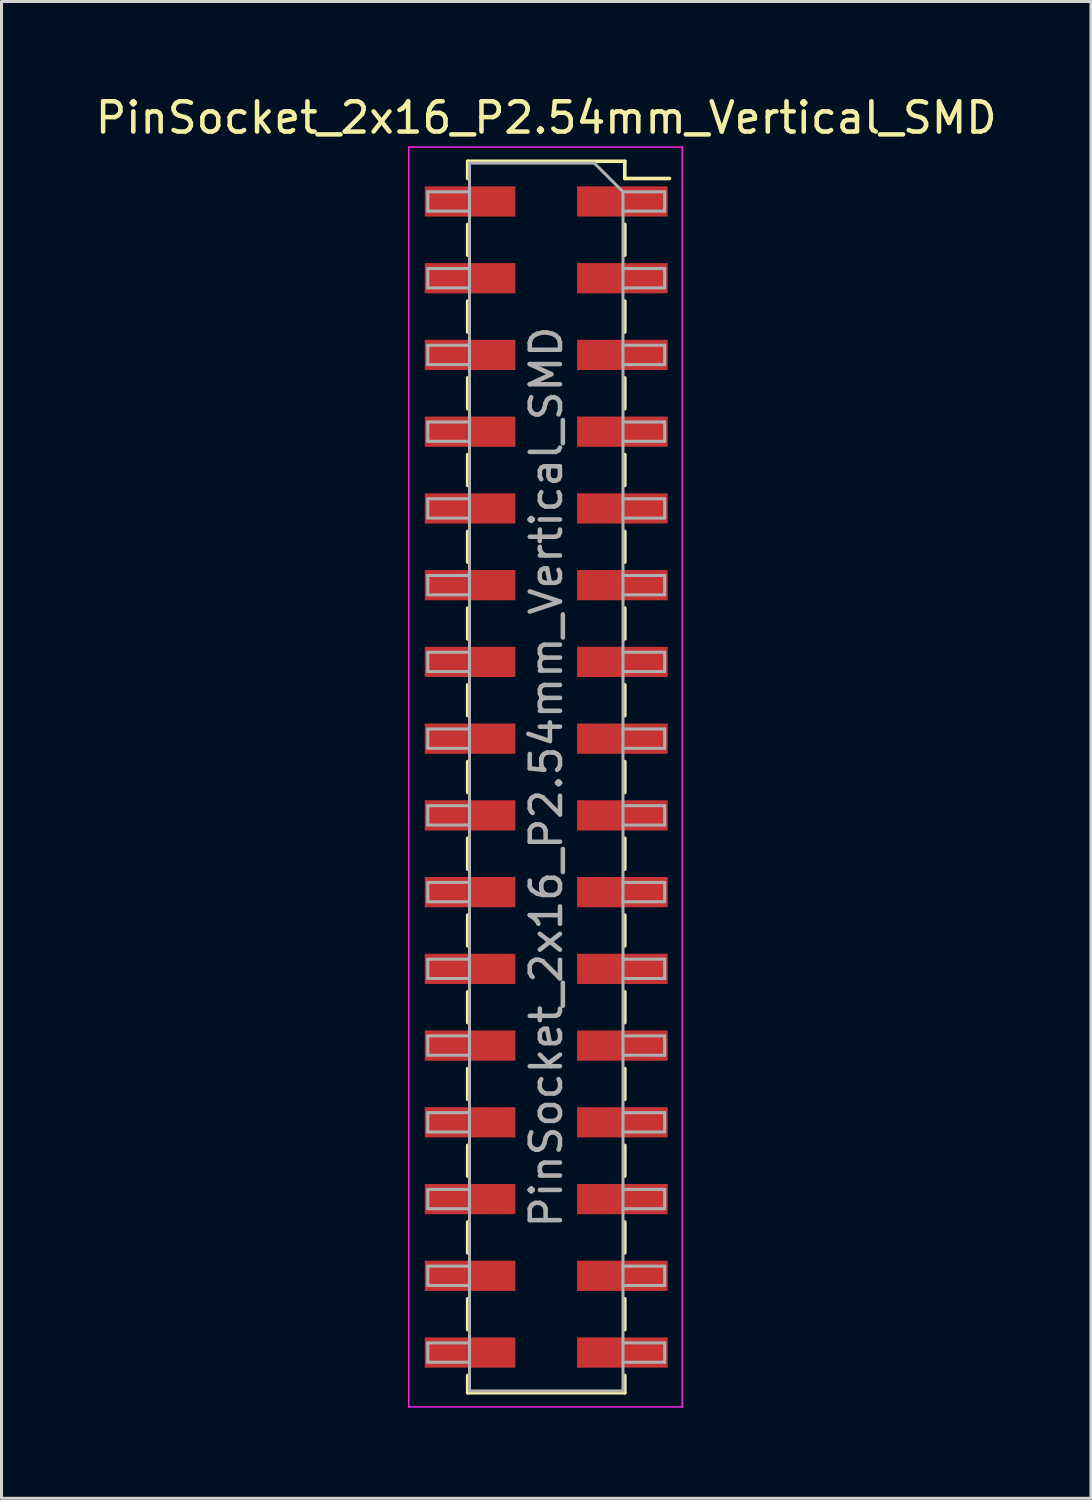
<source format=kicad_pcb>
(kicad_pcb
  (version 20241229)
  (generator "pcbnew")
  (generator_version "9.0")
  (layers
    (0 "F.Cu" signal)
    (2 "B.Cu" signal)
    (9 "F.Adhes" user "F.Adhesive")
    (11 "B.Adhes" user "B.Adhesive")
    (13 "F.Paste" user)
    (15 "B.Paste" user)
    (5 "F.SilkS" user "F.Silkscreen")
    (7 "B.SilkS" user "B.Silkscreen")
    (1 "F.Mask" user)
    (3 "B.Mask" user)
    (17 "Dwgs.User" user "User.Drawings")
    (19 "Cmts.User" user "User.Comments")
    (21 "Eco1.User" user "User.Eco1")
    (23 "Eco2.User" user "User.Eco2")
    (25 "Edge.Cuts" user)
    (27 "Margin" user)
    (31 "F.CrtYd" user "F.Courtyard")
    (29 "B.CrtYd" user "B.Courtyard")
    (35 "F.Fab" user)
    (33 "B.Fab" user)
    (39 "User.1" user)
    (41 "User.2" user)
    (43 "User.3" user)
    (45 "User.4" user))
  (footprint "PinSocket_2x16_P2.54mm_Vertical_SMD"
    (layer "F.Cu")
    (at 15.03 22.668)
    (property "Reference" "PinSocket_2x16_P2.54mm_Vertical_SMD" (at 0 -21.82 0) (layer "F.SilkS") (effects (font (size 1 1) (thickness 0.15))))
    (attr smd)
    (fp_line (start -2.6 -20.38) (end 2.6 -20.38) (stroke (width 0.12) (type solid)) (layer "F.SilkS"))
    (fp_line (start -2.6 -19.81) (end -2.6 -20.38) (stroke (width 0.12) (type solid)) (layer "F.SilkS"))
    (fp_line (start -2.6 -18.29) (end -2.6 -17.27) (stroke (width 0.12) (type solid)) (layer "F.SilkS"))
    (fp_line (start -2.6 -15.75) (end -2.6 -14.73) (stroke (width 0.12) (type solid)) (layer "F.SilkS"))
    (fp_line (start -2.6 -13.21) (end -2.6 -12.19) (stroke (width 0.12) (type solid)) (layer "F.SilkS"))
    (fp_line (start -2.6 -10.67) (end -2.6 -9.65) (stroke (width 0.12) (type solid)) (layer "F.SilkS"))
    (fp_line (start -2.6 -8.13) (end -2.6 -7.11) (stroke (width 0.12) (type solid)) (layer "F.SilkS"))
    (fp_line (start -2.6 -5.59) (end -2.6 -4.57) (stroke (width 0.12) (type solid)) (layer "F.SilkS"))
    (fp_line (start -2.6 -3.05) (end -2.6 -2.03) (stroke (width 0.12) (type solid)) (layer "F.SilkS"))
    (fp_line (start -2.6 -0.51) (end -2.6 0.51) (stroke (width 0.12) (type solid)) (layer "F.SilkS"))
    (fp_line (start -2.6 2.03) (end -2.6 3.05) (stroke (width 0.12) (type solid)) (layer "F.SilkS"))
    (fp_line (start -2.6 4.57) (end -2.6 5.59) (stroke (width 0.12) (type solid)) (layer "F.SilkS"))
    (fp_line (start -2.6 7.11) (end -2.6 8.13) (stroke (width 0.12) (type solid)) (layer "F.SilkS"))
    (fp_line (start -2.6 9.65) (end -2.6 10.67) (stroke (width 0.12) (type solid)) (layer "F.SilkS"))
    (fp_line (start -2.6 12.19) (end -2.6 13.21) (stroke (width 0.12) (type solid)) (layer "F.SilkS"))
    (fp_line (start -2.6 14.73) (end -2.6 15.75) (stroke (width 0.12) (type solid)) (layer "F.SilkS"))
    (fp_line (start -2.6 17.27) (end -2.6 18.29) (stroke (width 0.12) (type solid)) (layer "F.SilkS"))
    (fp_line (start -2.6 20.38) (end -2.6 19.81) (stroke (width 0.12) (type solid)) (layer "F.SilkS"))
    (fp_line (start 2.6 -20.38) (end 2.6 -19.81) (stroke (width 0.12) (type solid)) (layer "F.SilkS"))
    (fp_line (start 2.6 -19.81) (end 4.08 -19.81) (stroke (width 0.12) (type solid)) (layer "F.SilkS"))
    (fp_line (start 2.6 -17.27) (end 2.6 -18.29) (stroke (width 0.12) (type solid)) (layer "F.SilkS"))
    (fp_line (start 2.6 -14.73) (end 2.6 -15.75) (stroke (width 0.12) (type solid)) (layer "F.SilkS"))
    (fp_line (start 2.6 -12.19) (end 2.6 -13.21) (stroke (width 0.12) (type solid)) (layer "F.SilkS"))
    (fp_line (start 2.6 -9.65) (end 2.6 -10.67) (stroke (width 0.12) (type solid)) (layer "F.SilkS"))
    (fp_line (start 2.6 -7.11) (end 2.6 -8.13) (stroke (width 0.12) (type solid)) (layer "F.SilkS"))
    (fp_line (start 2.6 -4.57) (end 2.6 -5.59) (stroke (width 0.12) (type solid)) (layer "F.SilkS"))
    (fp_line (start 2.6 -2.03) (end 2.6 -3.05) (stroke (width 0.12) (type solid)) (layer "F.SilkS"))
    (fp_line (start 2.6 0.51) (end 2.6 -0.51) (stroke (width 0.12) (type solid)) (layer "F.SilkS"))
    (fp_line (start 2.6 3.05) (end 2.6 2.03) (stroke (width 0.12) (type solid)) (layer "F.SilkS"))
    (fp_line (start 2.6 5.59) (end 2.6 4.57) (stroke (width 0.12) (type solid)) (layer "F.SilkS"))
    (fp_line (start 2.6 8.13) (end 2.6 7.11) (stroke (width 0.12) (type solid)) (layer "F.SilkS"))
    (fp_line (start 2.6 10.67) (end 2.6 9.65) (stroke (width 0.12) (type solid)) (layer "F.SilkS"))
    (fp_line (start 2.6 13.21) (end 2.6 12.19) (stroke (width 0.12) (type solid)) (layer "F.SilkS"))
    (fp_line (start 2.6 15.75) (end 2.6 14.73) (stroke (width 0.12) (type solid)) (layer "F.SilkS"))
    (fp_line (start 2.6 18.29) (end 2.6 17.27) (stroke (width 0.12) (type solid)) (layer "F.SilkS"))
    (fp_line (start 2.6 19.81) (end 2.6 20.38) (stroke (width 0.12) (type solid)) (layer "F.SilkS"))
    (fp_line (start 2.6 20.38) (end -2.6 20.38) (stroke (width 0.12) (type solid)) (layer "F.SilkS"))
    (fp_line (start -4.55 -20.85) (end 4.5 -20.85) (stroke (width 0.05) (type solid)) (layer "F.CrtYd"))
    (fp_line (start -4.55 20.85) (end -4.55 -20.85) (stroke (width 0.05) (type solid)) (layer "F.CrtYd"))
    (fp_line (start 4.5 -20.85) (end 4.5 20.85) (stroke (width 0.05) (type solid)) (layer "F.CrtYd"))
    (fp_line (start 4.5 20.85) (end -4.55 20.85) (stroke (width 0.05) (type solid)) (layer "F.CrtYd"))
    (fp_line (start -3.92 -19.37) (end -2.54 -19.37) (stroke (width 0.1) (type solid)) (layer "F.Fab"))
    (fp_line (start -3.92 -18.73) (end -3.92 -19.37) (stroke (width 0.1) (type solid)) (layer "F.Fab"))
    (fp_line (start -3.92 -16.83) (end -2.54 -16.83) (stroke (width 0.1) (type solid)) (layer "F.Fab"))
    (fp_line (start -3.92 -16.19) (end -3.92 -16.83) (stroke (width 0.1) (type solid)) (layer "F.Fab"))
    (fp_line (start -3.92 -14.29) (end -2.54 -14.29) (stroke (width 0.1) (type solid)) (layer "F.Fab"))
    (fp_line (start -3.92 -13.65) (end -3.92 -14.29) (stroke (width 0.1) (type solid)) (layer "F.Fab"))
    (fp_line (start -3.92 -11.75) (end -2.54 -11.75) (stroke (width 0.1) (type solid)) (layer "F.Fab"))
    (fp_line (start -3.92 -11.11) (end -3.92 -11.75) (stroke (width 0.1) (type solid)) (layer "F.Fab"))
    (fp_line (start -3.92 -9.21) (end -2.54 -9.21) (stroke (width 0.1) (type solid)) (layer "F.Fab"))
    (fp_line (start -3.92 -8.57) (end -3.92 -9.21) (stroke (width 0.1) (type solid)) (layer "F.Fab"))
    (fp_line (start -3.92 -6.67) (end -2.54 -6.67) (stroke (width 0.1) (type solid)) (layer "F.Fab"))
    (fp_line (start -3.92 -6.03) (end -3.92 -6.67) (stroke (width 0.1) (type solid)) (layer "F.Fab"))
    (fp_line (start -3.92 -4.13) (end -2.54 -4.13) (stroke (width 0.1) (type solid)) (layer "F.Fab"))
    (fp_line (start -3.92 -3.49) (end -3.92 -4.13) (stroke (width 0.1) (type solid)) (layer "F.Fab"))
    (fp_line (start -3.92 -1.59) (end -2.54 -1.59) (stroke (width 0.1) (type solid)) (layer "F.Fab"))
    (fp_line (start -3.92 -0.95) (end -3.92 -1.59) (stroke (width 0.1) (type solid)) (layer "F.Fab"))
    (fp_line (start -3.92 0.95) (end -2.54 0.95) (stroke (width 0.1) (type solid)) (layer "F.Fab"))
    (fp_line (start -3.92 1.59) (end -3.92 0.95) (stroke (width 0.1) (type solid)) (layer "F.Fab"))
    (fp_line (start -3.92 3.49) (end -2.54 3.49) (stroke (width 0.1) (type solid)) (layer "F.Fab"))
    (fp_line (start -3.92 4.13) (end -3.92 3.49) (stroke (width 0.1) (type solid)) (layer "F.Fab"))
    (fp_line (start -3.92 6.03) (end -2.54 6.03) (stroke (width 0.1) (type solid)) (layer "F.Fab"))
    (fp_line (start -3.92 6.67) (end -3.92 6.03) (stroke (width 0.1) (type solid)) (layer "F.Fab"))
    (fp_line (start -3.92 8.57) (end -2.54 8.57) (stroke (width 0.1) (type solid)) (layer "F.Fab"))
    (fp_line (start -3.92 9.21) (end -3.92 8.57) (stroke (width 0.1) (type solid)) (layer "F.Fab"))
    (fp_line (start -3.92 11.11) (end -2.54 11.11) (stroke (width 0.1) (type solid)) (layer "F.Fab"))
    (fp_line (start -3.92 11.75) (end -3.92 11.11) (stroke (width 0.1) (type solid)) (layer "F.Fab"))
    (fp_line (start -3.92 13.65) (end -2.54 13.65) (stroke (width 0.1) (type solid)) (layer "F.Fab"))
    (fp_line (start -3.92 14.29) (end -3.92 13.65) (stroke (width 0.1) (type solid)) (layer "F.Fab"))
    (fp_line (start -3.92 16.19) (end -2.54 16.19) (stroke (width 0.1) (type solid)) (layer "F.Fab"))
    (fp_line (start -3.92 16.83) (end -3.92 16.19) (stroke (width 0.1) (type solid)) (layer "F.Fab"))
    (fp_line (start -3.92 18.73) (end -2.54 18.73) (stroke (width 0.1) (type solid)) (layer "F.Fab"))
    (fp_line (start -3.92 19.37) (end -3.92 18.73) (stroke (width 0.1) (type solid)) (layer "F.Fab"))
    (fp_line (start -2.54 -20.32) (end 1.59 -20.32) (stroke (width 0.1) (type solid)) (layer "F.Fab"))
    (fp_line (start -2.54 -18.73) (end -3.92 -18.73) (stroke (width 0.1) (type solid)) (layer "F.Fab"))
    (fp_line (start -2.54 -16.19) (end -3.92 -16.19) (stroke (width 0.1) (type solid)) (layer "F.Fab"))
    (fp_line (start -2.54 -13.65) (end -3.92 -13.65) (stroke (width 0.1) (type solid)) (layer "F.Fab"))
    (fp_line (start -2.54 -11.11) (end -3.92 -11.11) (stroke (width 0.1) (type solid)) (layer "F.Fab"))
    (fp_line (start -2.54 -8.57) (end -3.92 -8.57) (stroke (width 0.1) (type solid)) (layer "F.Fab"))
    (fp_line (start -2.54 -6.03) (end -3.92 -6.03) (stroke (width 0.1) (type solid)) (layer "F.Fab"))
    (fp_line (start -2.54 -3.49) (end -3.92 -3.49) (stroke (width 0.1) (type solid)) (layer "F.Fab"))
    (fp_line (start -2.54 -0.95) (end -3.92 -0.95) (stroke (width 0.1) (type solid)) (layer "F.Fab"))
    (fp_line (start -2.54 1.59) (end -3.92 1.59) (stroke (width 0.1) (type solid)) (layer "F.Fab"))
    (fp_line (start -2.54 4.13) (end -3.92 4.13) (stroke (width 0.1) (type solid)) (layer "F.Fab"))
    (fp_line (start -2.54 6.67) (end -3.92 6.67) (stroke (width 0.1) (type solid)) (layer "F.Fab"))
    (fp_line (start -2.54 9.21) (end -3.92 9.21) (stroke (width 0.1) (type solid)) (layer "F.Fab"))
    (fp_line (start -2.54 11.75) (end -3.92 11.75) (stroke (width 0.1) (type solid)) (layer "F.Fab"))
    (fp_line (start -2.54 14.29) (end -3.92 14.29) (stroke (width 0.1) (type solid)) (layer "F.Fab"))
    (fp_line (start -2.54 16.83) (end -3.92 16.83) (stroke (width 0.1) (type solid)) (layer "F.Fab"))
    (fp_line (start -2.54 19.37) (end -3.92 19.37) (stroke (width 0.1) (type solid)) (layer "F.Fab"))
    (fp_line (start -2.54 20.32) (end -2.54 -20.32) (stroke (width 0.1) (type solid)) (layer "F.Fab"))
    (fp_line (start 1.59 -20.32) (end 2.54 -19.37) (stroke (width 0.1) (type solid)) (layer "F.Fab"))
    (fp_line (start 2.54 -19.37) (end 2.54 20.32) (stroke (width 0.1) (type solid)) (layer "F.Fab"))
    (fp_line (start 2.54 -19.37) (end 3.92 -19.37) (stroke (width 0.1) (type solid)) (layer "F.Fab"))
    (fp_line (start 2.54 -16.83) (end 3.92 -16.83) (stroke (width 0.1) (type solid)) (layer "F.Fab"))
    (fp_line (start 2.54 -14.29) (end 3.92 -14.29) (stroke (width 0.1) (type solid)) (layer "F.Fab"))
    (fp_line (start 2.54 -11.75) (end 3.92 -11.75) (stroke (width 0.1) (type solid)) (layer "F.Fab"))
    (fp_line (start 2.54 -9.21) (end 3.92 -9.21) (stroke (width 0.1) (type solid)) (layer "F.Fab"))
    (fp_line (start 2.54 -6.67) (end 3.92 -6.67) (stroke (width 0.1) (type solid)) (layer "F.Fab"))
    (fp_line (start 2.54 -4.13) (end 3.92 -4.13) (stroke (width 0.1) (type solid)) (layer "F.Fab"))
    (fp_line (start 2.54 -1.59) (end 3.92 -1.59) (stroke (width 0.1) (type solid)) (layer "F.Fab"))
    (fp_line (start 2.54 0.95) (end 3.92 0.95) (stroke (width 0.1) (type solid)) (layer "F.Fab"))
    (fp_line (start 2.54 3.49) (end 3.92 3.49) (stroke (width 0.1) (type solid)) (layer "F.Fab"))
    (fp_line (start 2.54 6.03) (end 3.92 6.03) (stroke (width 0.1) (type solid)) (layer "F.Fab"))
    (fp_line (start 2.54 8.57) (end 3.92 8.57) (stroke (width 0.1) (type solid)) (layer "F.Fab"))
    (fp_line (start 2.54 11.11) (end 3.92 11.11) (stroke (width 0.1) (type solid)) (layer "F.Fab"))
    (fp_line (start 2.54 13.65) (end 3.92 13.65) (stroke (width 0.1) (type solid)) (layer "F.Fab"))
    (fp_line (start 2.54 16.19) (end 3.92 16.19) (stroke (width 0.1) (type solid)) (layer "F.Fab"))
    (fp_line (start 2.54 18.73) (end 3.92 18.73) (stroke (width 0.1) (type solid)) (layer "F.Fab"))
    (fp_line (start 2.54 20.32) (end -2.54 20.32) (stroke (width 0.1) (type solid)) (layer "F.Fab"))
    (fp_line (start 3.92 -19.37) (end 3.92 -18.73) (stroke (width 0.1) (type solid)) (layer "F.Fab"))
    (fp_line (start 3.92 -18.73) (end 2.54 -18.73) (stroke (width 0.1) (type solid)) (layer "F.Fab"))
    (fp_line (start 3.92 -16.83) (end 3.92 -16.19) (stroke (width 0.1) (type solid)) (layer "F.Fab"))
    (fp_line (start 3.92 -16.19) (end 2.54 -16.19) (stroke (width 0.1) (type solid)) (layer "F.Fab"))
    (fp_line (start 3.92 -14.29) (end 3.92 -13.65) (stroke (width 0.1) (type solid)) (layer "F.Fab"))
    (fp_line (start 3.92 -13.65) (end 2.54 -13.65) (stroke (width 0.1) (type solid)) (layer "F.Fab"))
    (fp_line (start 3.92 -11.75) (end 3.92 -11.11) (stroke (width 0.1) (type solid)) (layer "F.Fab"))
    (fp_line (start 3.92 -11.11) (end 2.54 -11.11) (stroke (width 0.1) (type solid)) (layer "F.Fab"))
    (fp_line (start 3.92 -9.21) (end 3.92 -8.57) (stroke (width 0.1) (type solid)) (layer "F.Fab"))
    (fp_line (start 3.92 -8.57) (end 2.54 -8.57) (stroke (width 0.1) (type solid)) (layer "F.Fab"))
    (fp_line (start 3.92 -6.67) (end 3.92 -6.03) (stroke (width 0.1) (type solid)) (layer "F.Fab"))
    (fp_line (start 3.92 -6.03) (end 2.54 -6.03) (stroke (width 0.1) (type solid)) (layer "F.Fab"))
    (fp_line (start 3.92 -4.13) (end 3.92 -3.49) (stroke (width 0.1) (type solid)) (layer "F.Fab"))
    (fp_line (start 3.92 -3.49) (end 2.54 -3.49) (stroke (width 0.1) (type solid)) (layer "F.Fab"))
    (fp_line (start 3.92 -1.59) (end 3.92 -0.95) (stroke (width 0.1) (type solid)) (layer "F.Fab"))
    (fp_line (start 3.92 -0.95) (end 2.54 -0.95) (stroke (width 0.1) (type solid)) (layer "F.Fab"))
    (fp_line (start 3.92 0.95) (end 3.92 1.59) (stroke (width 0.1) (type solid)) (layer "F.Fab"))
    (fp_line (start 3.92 1.59) (end 2.54 1.59) (stroke (width 0.1) (type solid)) (layer "F.Fab"))
    (fp_line (start 3.92 3.49) (end 3.92 4.13) (stroke (width 0.1) (type solid)) (layer "F.Fab"))
    (fp_line (start 3.92 4.13) (end 2.54 4.13) (stroke (width 0.1) (type solid)) (layer "F.Fab"))
    (fp_line (start 3.92 6.03) (end 3.92 6.67) (stroke (width 0.1) (type solid)) (layer "F.Fab"))
    (fp_line (start 3.92 6.67) (end 2.54 6.67) (stroke (width 0.1) (type solid)) (layer "F.Fab"))
    (fp_line (start 3.92 8.57) (end 3.92 9.21) (stroke (width 0.1) (type solid)) (layer "F.Fab"))
    (fp_line (start 3.92 9.21) (end 2.54 9.21) (stroke (width 0.1) (type solid)) (layer "F.Fab"))
    (fp_line (start 3.92 11.11) (end 3.92 11.75) (stroke (width 0.1) (type solid)) (layer "F.Fab"))
    (fp_line (start 3.92 11.75) (end 2.54 11.75) (stroke (width 0.1) (type solid)) (layer "F.Fab"))
    (fp_line (start 3.92 13.65) (end 3.92 14.29) (stroke (width 0.1) (type solid)) (layer "F.Fab"))
    (fp_line (start 3.92 14.29) (end 2.54 14.29) (stroke (width 0.1) (type solid)) (layer "F.Fab"))
    (fp_line (start 3.92 16.19) (end 3.92 16.83) (stroke (width 0.1) (type solid)) (layer "F.Fab"))
    (fp_line (start 3.92 16.83) (end 2.54 16.83) (stroke (width 0.1) (type solid)) (layer "F.Fab"))
    (fp_line (start 3.92 18.73) (end 3.92 19.37) (stroke (width 0.1) (type solid)) (layer "F.Fab"))
    (fp_line (start 3.92 19.37) (end 2.54 19.37) (stroke (width 0.1) (type solid)) (layer "F.Fab"))
    (fp_text user "${REFERENCE}" (at 0 0 90) (layer "F.Fab") (effects (font (size 1 1) (thickness 0.15))))
    (pad "1" smd rect (at 2.52 -19.05) (size 3 1) (layers "F.Cu" "F.Mask" "F.Paste"))
    (pad "2" smd rect (at -2.52 -19.05) (size 3 1) (layers "F.Cu" "F.Mask" "F.Paste"))
    (pad "3" smd rect (at 2.52 -16.51) (size 3 1) (layers "F.Cu" "F.Mask" "F.Paste"))
    (pad "4" smd rect (at -2.52 -16.51) (size 3 1) (layers "F.Cu" "F.Mask" "F.Paste"))
    (pad "5" smd rect (at 2.52 -13.97) (size 3 1) (layers "F.Cu" "F.Mask" "F.Paste"))
    (pad "6" smd rect (at -2.52 -13.97) (size 3 1) (layers "F.Cu" "F.Mask" "F.Paste"))
    (pad "7" smd rect (at 2.52 -11.43) (size 3 1) (layers "F.Cu" "F.Mask" "F.Paste"))
    (pad "8" smd rect (at -2.52 -11.43) (size 3 1) (layers "F.Cu" "F.Mask" "F.Paste"))
    (pad "9" smd rect (at 2.52 -8.89) (size 3 1) (layers "F.Cu" "F.Mask" "F.Paste"))
    (pad "10" smd rect (at -2.52 -8.89) (size 3 1) (layers "F.Cu" "F.Mask" "F.Paste"))
    (pad "11" smd rect (at 2.52 -6.35) (size 3 1) (layers "F.Cu" "F.Mask" "F.Paste"))
    (pad "12" smd rect (at -2.52 -6.35) (size 3 1) (layers "F.Cu" "F.Mask" "F.Paste"))
    (pad "13" smd rect (at 2.52 -3.81) (size 3 1) (layers "F.Cu" "F.Mask" "F.Paste"))
    (pad "14" smd rect (at -2.52 -3.81) (size 3 1) (layers "F.Cu" "F.Mask" "F.Paste"))
    (pad "15" smd rect (at 2.52 -1.27) (size 3 1) (layers "F.Cu" "F.Mask" "F.Paste"))
    (pad "16" smd rect (at -2.52 -1.27) (size 3 1) (layers "F.Cu" "F.Mask" "F.Paste"))
    (pad "17" smd rect (at 2.52 1.27) (size 3 1) (layers "F.Cu" "F.Mask" "F.Paste"))
    (pad "18" smd rect (at -2.52 1.27) (size 3 1) (layers "F.Cu" "F.Mask" "F.Paste"))
    (pad "19" smd rect (at 2.52 3.81) (size 3 1) (layers "F.Cu" "F.Mask" "F.Paste"))
    (pad "20" smd rect (at -2.52 3.81) (size 3 1) (layers "F.Cu" "F.Mask" "F.Paste"))
    (pad "21" smd rect (at 2.52 6.35) (size 3 1) (layers "F.Cu" "F.Mask" "F.Paste"))
    (pad "22" smd rect (at -2.52 6.35) (size 3 1) (layers "F.Cu" "F.Mask" "F.Paste"))
    (pad "23" smd rect (at 2.52 8.89) (size 3 1) (layers "F.Cu" "F.Mask" "F.Paste"))
    (pad "24" smd rect (at -2.52 8.89) (size 3 1) (layers "F.Cu" "F.Mask" "F.Paste"))
    (pad "25" smd rect (at 2.52 11.43) (size 3 1) (layers "F.Cu" "F.Mask" "F.Paste"))
    (pad "26" smd rect (at -2.52 11.43) (size 3 1) (layers "F.Cu" "F.Mask" "F.Paste"))
    (pad "27" smd rect (at 2.52 13.97) (size 3 1) (layers "F.Cu" "F.Mask" "F.Paste"))
    (pad "28" smd rect (at -2.52 13.97) (size 3 1) (layers "F.Cu" "F.Mask" "F.Paste"))
    (pad "29" smd rect (at 2.52 16.51) (size 3 1) (layers "F.Cu" "F.Mask" "F.Paste"))
    (pad "30" smd rect (at -2.52 16.51) (size 3 1) (layers "F.Cu" "F.Mask" "F.Paste"))
    (pad "31" smd rect (at 2.52 19.05) (size 3 1) (layers "F.Cu" "F.Mask" "F.Paste"))
    (pad "32" smd rect (at -2.52 19.05) (size 3 1) (layers "F.Cu" "F.Mask" "F.Paste")))
  (gr_rect
    (start -3 -3)
    (end 33.06 46.543)
    (stroke (width 0.1) (type default))
    (fill no)
    (layer "Edge.Cuts")))
</source>
